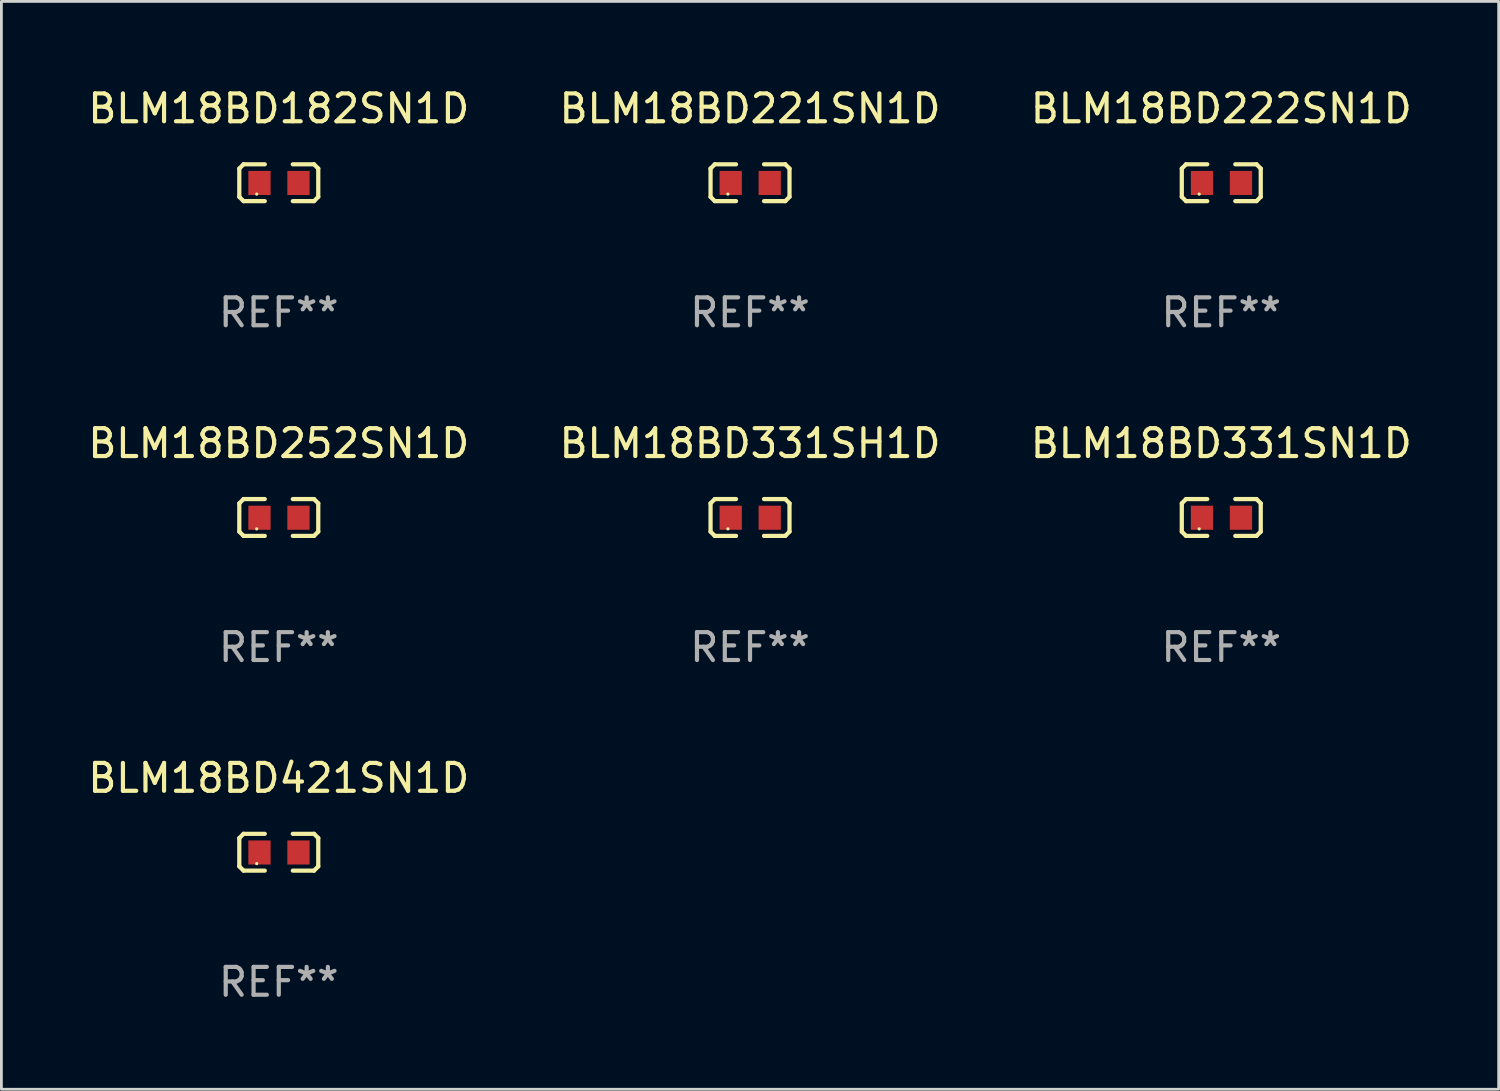
<source format=kicad_pcb>
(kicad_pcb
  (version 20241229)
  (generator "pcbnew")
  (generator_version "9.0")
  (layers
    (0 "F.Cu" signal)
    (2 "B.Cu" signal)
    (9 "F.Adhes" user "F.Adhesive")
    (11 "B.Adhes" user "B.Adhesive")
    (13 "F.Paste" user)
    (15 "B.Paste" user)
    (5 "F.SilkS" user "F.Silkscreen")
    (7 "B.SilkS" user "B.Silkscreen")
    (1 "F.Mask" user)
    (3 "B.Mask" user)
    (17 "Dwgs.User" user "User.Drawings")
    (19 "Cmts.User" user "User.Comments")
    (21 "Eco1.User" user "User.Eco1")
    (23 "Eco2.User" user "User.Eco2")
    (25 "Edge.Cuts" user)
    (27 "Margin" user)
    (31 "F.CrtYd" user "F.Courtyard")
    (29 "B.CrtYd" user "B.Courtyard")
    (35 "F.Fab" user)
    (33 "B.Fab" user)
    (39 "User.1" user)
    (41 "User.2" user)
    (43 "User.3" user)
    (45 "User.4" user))
  (footprint "BLM18BD221SN1D"
    (layer "F.Cu")
    (at 23.875 3.509)
    (property "Reference" "BLM18BD221SN1D" (at 0 -2.661 0) (layer "F.SilkS") (effects (font (size 1 1) (thickness 0.15))))
    (attr through_hole)
    (fp_line (start -1.417 -0.508) (end -1.265 -0.661) (stroke (width 0.152) (type solid)) (layer "F.SilkS"))
    (fp_line (start -1.417 0.508) (end -1.417 -0.508) (stroke (width 0.152) (type solid)) (layer "F.SilkS"))
    (fp_line (start -1.265 -0.661) (end -0.503 -0.661) (stroke (width 0.152) (type solid)) (layer "F.SilkS"))
    (fp_line (start -1.265 0.661) (end -1.417 0.508) (stroke (width 0.152) (type solid)) (layer "F.SilkS"))
    (fp_line (start -1.265 0.661) (end -0.503 0.661) (stroke (width 0.152) (type solid)) (layer "F.SilkS"))
    (fp_line (start 1.265 -0.661) (end 0.503 -0.661) (stroke (width 0.152) (type solid)) (layer "F.SilkS"))
    (fp_line (start 1.265 -0.661) (end 1.417 -0.508) (stroke (width 0.152) (type solid)) (layer "F.SilkS"))
    (fp_line (start 1.265 0.661) (end 0.503 0.661) (stroke (width 0.152) (type solid)) (layer "F.SilkS"))
    (fp_line (start 1.417 -0.508) (end 1.417 0.508) (stroke (width 0.152) (type solid)) (layer "F.SilkS"))
    (fp_line (start 1.417 0.508) (end 1.265 0.661) (stroke (width 0.152) (type solid)) (layer "F.SilkS"))
    (fp_circle (center -0.793 0.409) (end -0.763 0.409) (stroke (width 0.06) (type solid)) (fill no) (layer "F.SilkS"))
    (fp_text user "REF**" (at 0 4.661 0) (layer "F.Fab") (effects (font (size 1 1) (thickness 0.15))))
    (pad "1" smd rect (at -0.693 0.009 180) (size 0.8 0.864) (layers "F.Cu" "F.Mask" "F.Paste"))
    (pad "2" smd rect (at 0.707 0.009 180) (size 0.8 0.864) (layers "F.Cu" "F.Mask" "F.Paste")))
  (footprint "BLM18BD421SN1D"
    (layer "F.Cu")
    (at 6.958 27.544)
    (property "Reference" "BLM18BD421SN1D" (at 0 -2.661 0) (layer "F.SilkS") (effects (font (size 1 1) (thickness 0.15))))
    (attr through_hole)
    (fp_line (start -1.417 -0.508) (end -1.265 -0.661) (stroke (width 0.152) (type solid)) (layer "F.SilkS"))
    (fp_line (start -1.417 0.508) (end -1.417 -0.508) (stroke (width 0.152) (type solid)) (layer "F.SilkS"))
    (fp_line (start -1.265 -0.661) (end -0.503 -0.661) (stroke (width 0.152) (type solid)) (layer "F.SilkS"))
    (fp_line (start -1.265 0.661) (end -1.417 0.508) (stroke (width 0.152) (type solid)) (layer "F.SilkS"))
    (fp_line (start -1.265 0.661) (end -0.503 0.661) (stroke (width 0.152) (type solid)) (layer "F.SilkS"))
    (fp_line (start 1.265 -0.661) (end 0.503 -0.661) (stroke (width 0.152) (type solid)) (layer "F.SilkS"))
    (fp_line (start 1.265 -0.661) (end 1.417 -0.508) (stroke (width 0.152) (type solid)) (layer "F.SilkS"))
    (fp_line (start 1.265 0.661) (end 0.503 0.661) (stroke (width 0.152) (type solid)) (layer "F.SilkS"))
    (fp_line (start 1.417 -0.508) (end 1.417 0.508) (stroke (width 0.152) (type solid)) (layer "F.SilkS"))
    (fp_line (start 1.417 0.508) (end 1.265 0.661) (stroke (width 0.152) (type solid)) (layer "F.SilkS"))
    (fp_circle (center -0.793 0.409) (end -0.763 0.409) (stroke (width 0.06) (type solid)) (fill no) (layer "F.SilkS"))
    (fp_text user "REF**" (at 0 4.661 0) (layer "F.Fab") (effects (font (size 1 1) (thickness 0.15))))
    (pad "1" smd rect (at -0.693 0.009 180) (size 0.8 0.864) (layers "F.Cu" "F.Mask" "F.Paste"))
    (pad "2" smd rect (at 0.707 0.009 180) (size 0.8 0.864) (layers "F.Cu" "F.Mask" "F.Paste")))
  (footprint "BLM18BD252SN1D"
    (layer "F.Cu")
    (at 6.958 15.527)
    (property "Reference" "BLM18BD252SN1D" (at 0 -2.661 0) (layer "F.SilkS") (effects (font (size 1 1) (thickness 0.15))))
    (attr through_hole)
    (fp_line (start -1.417 -0.508) (end -1.265 -0.661) (stroke (width 0.152) (type solid)) (layer "F.SilkS"))
    (fp_line (start -1.417 0.508) (end -1.417 -0.508) (stroke (width 0.152) (type solid)) (layer "F.SilkS"))
    (fp_line (start -1.265 -0.661) (end -0.503 -0.661) (stroke (width 0.152) (type solid)) (layer "F.SilkS"))
    (fp_line (start -1.265 0.661) (end -1.417 0.508) (stroke (width 0.152) (type solid)) (layer "F.SilkS"))
    (fp_line (start -1.265 0.661) (end -0.503 0.661) (stroke (width 0.152) (type solid)) (layer "F.SilkS"))
    (fp_line (start 1.265 -0.661) (end 0.503 -0.661) (stroke (width 0.152) (type solid)) (layer "F.SilkS"))
    (fp_line (start 1.265 -0.661) (end 1.417 -0.508) (stroke (width 0.152) (type solid)) (layer "F.SilkS"))
    (fp_line (start 1.265 0.661) (end 0.503 0.661) (stroke (width 0.152) (type solid)) (layer "F.SilkS"))
    (fp_line (start 1.417 -0.508) (end 1.417 0.508) (stroke (width 0.152) (type solid)) (layer "F.SilkS"))
    (fp_line (start 1.417 0.508) (end 1.265 0.661) (stroke (width 0.152) (type solid)) (layer "F.SilkS"))
    (fp_circle (center -0.793 0.409) (end -0.763 0.409) (stroke (width 0.06) (type solid)) (fill no) (layer "F.SilkS"))
    (fp_text user "REF**" (at 0 4.661 0) (layer "F.Fab") (effects (font (size 1 1) (thickness 0.15))))
    (pad "1" smd rect (at -0.693 0.009 180) (size 0.8 0.864) (layers "F.Cu" "F.Mask" "F.Paste"))
    (pad "2" smd rect (at 0.707 0.009 180) (size 0.8 0.864) (layers "F.Cu" "F.Mask" "F.Paste")))
  (footprint "BLM18BD331SH1D"
    (layer "F.Cu")
    (at 23.875 15.527)
    (property "Reference" "BLM18BD331SH1D" (at 0 -2.661 0) (layer "F.SilkS") (effects (font (size 1 1) (thickness 0.15))))
    (attr through_hole)
    (fp_line (start -1.417 -0.508) (end -1.265 -0.661) (stroke (width 0.152) (type solid)) (layer "F.SilkS"))
    (fp_line (start -1.417 0.508) (end -1.417 -0.508) (stroke (width 0.152) (type solid)) (layer "F.SilkS"))
    (fp_line (start -1.265 -0.661) (end -0.503 -0.661) (stroke (width 0.152) (type solid)) (layer "F.SilkS"))
    (fp_line (start -1.265 0.661) (end -1.417 0.508) (stroke (width 0.152) (type solid)) (layer "F.SilkS"))
    (fp_line (start -1.265 0.661) (end -0.503 0.661) (stroke (width 0.152) (type solid)) (layer "F.SilkS"))
    (fp_line (start 1.265 -0.661) (end 0.503 -0.661) (stroke (width 0.152) (type solid)) (layer "F.SilkS"))
    (fp_line (start 1.265 -0.661) (end 1.417 -0.508) (stroke (width 0.152) (type solid)) (layer "F.SilkS"))
    (fp_line (start 1.265 0.661) (end 0.503 0.661) (stroke (width 0.152) (type solid)) (layer "F.SilkS"))
    (fp_line (start 1.417 -0.508) (end 1.417 0.508) (stroke (width 0.152) (type solid)) (layer "F.SilkS"))
    (fp_line (start 1.417 0.508) (end 1.265 0.661) (stroke (width 0.152) (type solid)) (layer "F.SilkS"))
    (fp_circle (center -0.793 0.409) (end -0.763 0.409) (stroke (width 0.06) (type solid)) (fill no) (layer "F.SilkS"))
    (fp_text user "REF**" (at 0 4.661 0) (layer "F.Fab") (effects (font (size 1 1) (thickness 0.15))))
    (pad "1" smd rect (at -0.693 0.009 180) (size 0.8 0.864) (layers "F.Cu" "F.Mask" "F.Paste"))
    (pad "2" smd rect (at 0.707 0.009 180) (size 0.8 0.864) (layers "F.Cu" "F.Mask" "F.Paste")))
  (footprint "BLM18BD222SN1D"
    (layer "F.Cu")
    (at 40.792 3.509)
    (property "Reference" "BLM18BD222SN1D" (at 0 -2.661 0) (layer "F.SilkS") (effects (font (size 1 1) (thickness 0.15))))
    (attr through_hole)
    (fp_line (start -1.417 -0.508) (end -1.265 -0.661) (stroke (width 0.152) (type solid)) (layer "F.SilkS"))
    (fp_line (start -1.417 0.508) (end -1.417 -0.508) (stroke (width 0.152) (type solid)) (layer "F.SilkS"))
    (fp_line (start -1.265 -0.661) (end -0.503 -0.661) (stroke (width 0.152) (type solid)) (layer "F.SilkS"))
    (fp_line (start -1.265 0.661) (end -1.417 0.508) (stroke (width 0.152) (type solid)) (layer "F.SilkS"))
    (fp_line (start -1.265 0.661) (end -0.503 0.661) (stroke (width 0.152) (type solid)) (layer "F.SilkS"))
    (fp_line (start 1.265 -0.661) (end 0.503 -0.661) (stroke (width 0.152) (type solid)) (layer "F.SilkS"))
    (fp_line (start 1.265 -0.661) (end 1.417 -0.508) (stroke (width 0.152) (type solid)) (layer "F.SilkS"))
    (fp_line (start 1.265 0.661) (end 0.503 0.661) (stroke (width 0.152) (type solid)) (layer "F.SilkS"))
    (fp_line (start 1.417 -0.508) (end 1.417 0.508) (stroke (width 0.152) (type solid)) (layer "F.SilkS"))
    (fp_line (start 1.417 0.508) (end 1.265 0.661) (stroke (width 0.152) (type solid)) (layer "F.SilkS"))
    (fp_circle (center -0.793 0.409) (end -0.763 0.409) (stroke (width 0.06) (type solid)) (fill no) (layer "F.SilkS"))
    (fp_text user "REF**" (at 0 4.661 0) (layer "F.Fab") (effects (font (size 1 1) (thickness 0.15))))
    (pad "1" smd rect (at -0.693 0.009 180) (size 0.8 0.864) (layers "F.Cu" "F.Mask" "F.Paste"))
    (pad "2" smd rect (at 0.707 0.009 180) (size 0.8 0.864) (layers "F.Cu" "F.Mask" "F.Paste")))
  (footprint "BLM18BD182SN1D"
    (layer "F.Cu")
    (at 6.958 3.509)
    (property "Reference" "BLM18BD182SN1D" (at 0 -2.661 0) (layer "F.SilkS") (effects (font (size 1 1) (thickness 0.15))))
    (attr through_hole)
    (fp_line (start -1.417 -0.508) (end -1.265 -0.661) (stroke (width 0.152) (type solid)) (layer "F.SilkS"))
    (fp_line (start -1.417 0.508) (end -1.417 -0.508) (stroke (width 0.152) (type solid)) (layer "F.SilkS"))
    (fp_line (start -1.265 -0.661) (end -0.503 -0.661) (stroke (width 0.152) (type solid)) (layer "F.SilkS"))
    (fp_line (start -1.265 0.661) (end -1.417 0.508) (stroke (width 0.152) (type solid)) (layer "F.SilkS"))
    (fp_line (start -1.265 0.661) (end -0.503 0.661) (stroke (width 0.152) (type solid)) (layer "F.SilkS"))
    (fp_line (start 1.265 -0.661) (end 0.503 -0.661) (stroke (width 0.152) (type solid)) (layer "F.SilkS"))
    (fp_line (start 1.265 -0.661) (end 1.417 -0.508) (stroke (width 0.152) (type solid)) (layer "F.SilkS"))
    (fp_line (start 1.265 0.661) (end 0.503 0.661) (stroke (width 0.152) (type solid)) (layer "F.SilkS"))
    (fp_line (start 1.417 -0.508) (end 1.417 0.508) (stroke (width 0.152) (type solid)) (layer "F.SilkS"))
    (fp_line (start 1.417 0.508) (end 1.265 0.661) (stroke (width 0.152) (type solid)) (layer "F.SilkS"))
    (fp_circle (center -0.793 0.409) (end -0.763 0.409) (stroke (width 0.06) (type solid)) (fill no) (layer "F.SilkS"))
    (fp_text user "REF**" (at 0 4.661 0) (layer "F.Fab") (effects (font (size 1 1) (thickness 0.15))))
    (pad "1" smd rect (at -0.693 0.009 180) (size 0.8 0.864) (layers "F.Cu" "F.Mask" "F.Paste"))
    (pad "2" smd rect (at 0.707 0.009 180) (size 0.8 0.864) (layers "F.Cu" "F.Mask" "F.Paste")))
  (footprint "BLM18BD331SN1D"
    (layer "F.Cu")
    (at 40.792 15.527)
    (property "Reference" "BLM18BD331SN1D" (at 0 -2.661 0) (layer "F.SilkS") (effects (font (size 1 1) (thickness 0.15))))
    (attr through_hole)
    (fp_line (start -1.417 -0.508) (end -1.265 -0.661) (stroke (width 0.152) (type solid)) (layer "F.SilkS"))
    (fp_line (start -1.417 0.508) (end -1.417 -0.508) (stroke (width 0.152) (type solid)) (layer "F.SilkS"))
    (fp_line (start -1.265 -0.661) (end -0.503 -0.661) (stroke (width 0.152) (type solid)) (layer "F.SilkS"))
    (fp_line (start -1.265 0.661) (end -1.417 0.508) (stroke (width 0.152) (type solid)) (layer "F.SilkS"))
    (fp_line (start -1.265 0.661) (end -0.503 0.661) (stroke (width 0.152) (type solid)) (layer "F.SilkS"))
    (fp_line (start 1.265 -0.661) (end 0.503 -0.661) (stroke (width 0.152) (type solid)) (layer "F.SilkS"))
    (fp_line (start 1.265 -0.661) (end 1.417 -0.508) (stroke (width 0.152) (type solid)) (layer "F.SilkS"))
    (fp_line (start 1.265 0.661) (end 0.503 0.661) (stroke (width 0.152) (type solid)) (layer "F.SilkS"))
    (fp_line (start 1.417 -0.508) (end 1.417 0.508) (stroke (width 0.152) (type solid)) (layer "F.SilkS"))
    (fp_line (start 1.417 0.508) (end 1.265 0.661) (stroke (width 0.152) (type solid)) (layer "F.SilkS"))
    (fp_circle (center -0.793 0.409) (end -0.763 0.409) (stroke (width 0.06) (type solid)) (fill no) (layer "F.SilkS"))
    (fp_text user "REF**" (at 0 4.661 0) (layer "F.Fab") (effects (font (size 1 1) (thickness 0.15))))
    (pad "1" smd rect (at -0.693 0.009 180) (size 0.8 0.864) (layers "F.Cu" "F.Mask" "F.Paste"))
    (pad "2" smd rect (at 0.707 0.009 180) (size 0.8 0.864) (layers "F.Cu" "F.Mask" "F.Paste")))
  (gr_rect
    (start -3 -3)
    (end 50.75 36.053)
    (stroke (width 0.1) (type default))
    (fill no)
    (layer "Edge.Cuts")))
</source>
